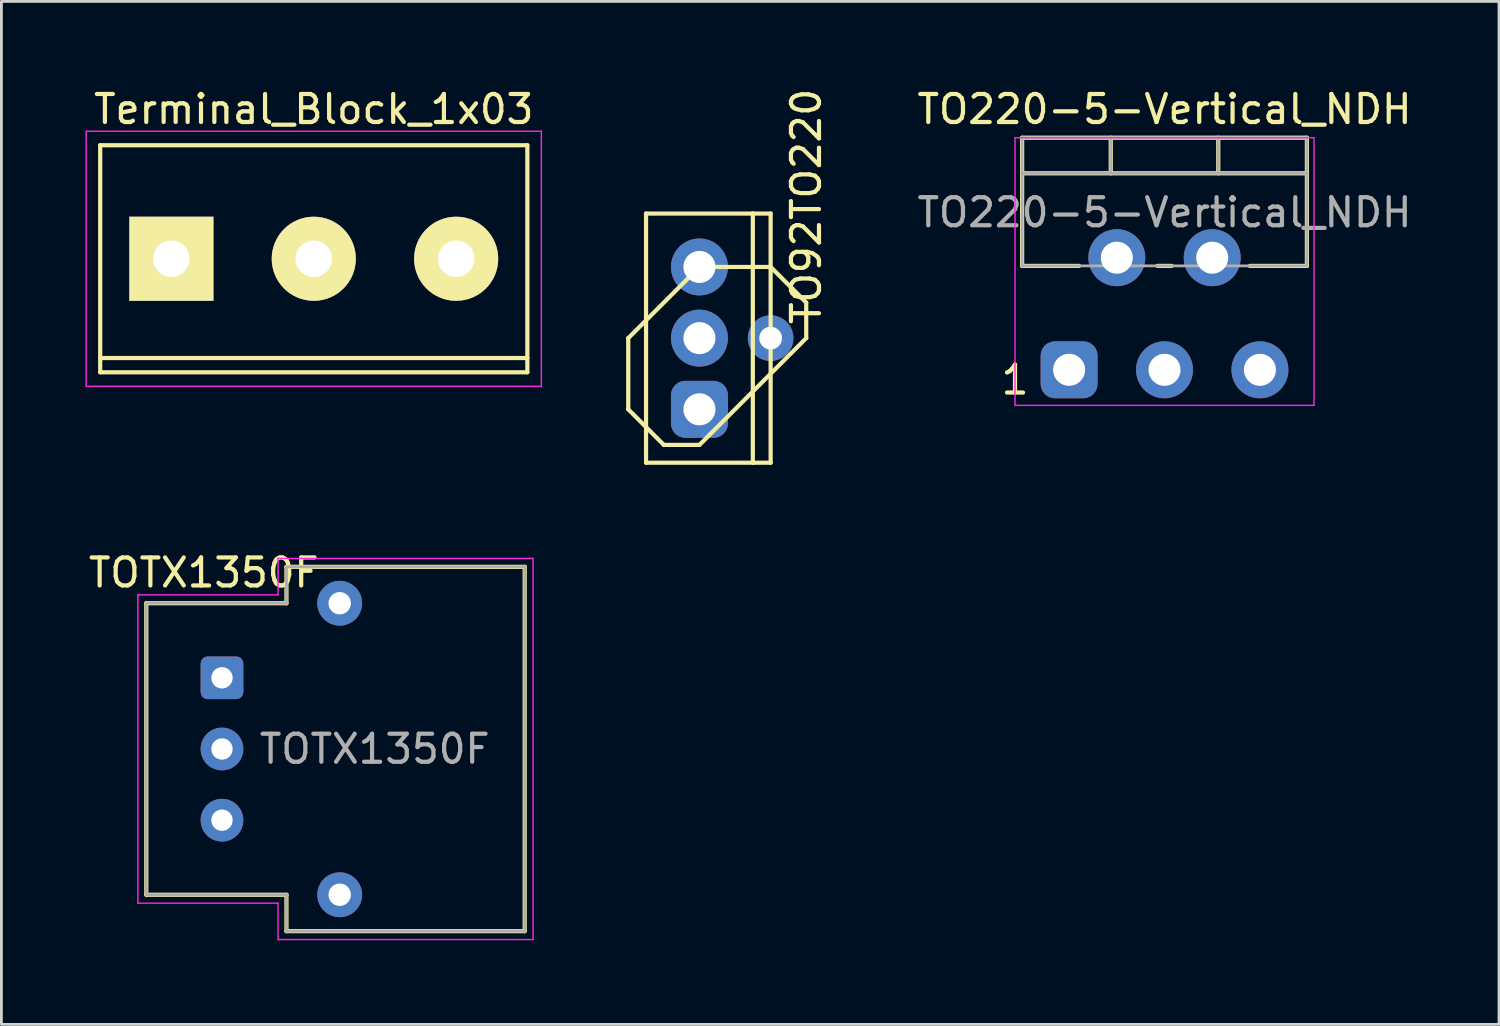
<source format=kicad_pcb>
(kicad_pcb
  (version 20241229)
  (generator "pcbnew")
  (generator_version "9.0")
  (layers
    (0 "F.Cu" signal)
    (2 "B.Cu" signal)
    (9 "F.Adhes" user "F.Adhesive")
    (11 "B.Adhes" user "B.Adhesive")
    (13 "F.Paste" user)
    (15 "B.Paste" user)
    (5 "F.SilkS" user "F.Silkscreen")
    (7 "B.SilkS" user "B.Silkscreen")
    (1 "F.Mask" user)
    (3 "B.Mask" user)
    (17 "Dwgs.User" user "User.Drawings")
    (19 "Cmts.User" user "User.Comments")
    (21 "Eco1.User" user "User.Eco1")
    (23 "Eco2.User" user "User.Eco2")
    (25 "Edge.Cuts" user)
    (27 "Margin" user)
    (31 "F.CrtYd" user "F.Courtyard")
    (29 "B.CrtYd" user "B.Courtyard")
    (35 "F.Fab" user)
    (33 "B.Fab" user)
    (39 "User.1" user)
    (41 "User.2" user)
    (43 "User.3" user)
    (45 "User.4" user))
  (footprint "TO92TO220"
    (layer "F.Cu")
    (at 21.905 9.014)
    (property "Reference" "TO92TO220" (at 3.81 -4.699 90) (layer "F.SilkS") (effects (font (size 1 1) (thickness 0.15))))
    (attr through_hole)
    (fp_line (start -2.54 0) (end -2.54 2.54) (stroke (width 0.15) (type solid)) (layer "F.SilkS"))
    (fp_line (start -2.54 2.54) (end -1.27 3.81) (stroke (width 0.15) (type solid)) (layer "F.SilkS"))
    (fp_line (start -1.905 -4.445) (end 1.905 -4.445) (stroke (width 0.15) (type solid)) (layer "F.SilkS"))
    (fp_line (start -1.905 4.445) (end -1.905 -4.445) (stroke (width 0.15) (type solid)) (layer "F.SilkS"))
    (fp_line (start -1.27 3.81) (end 0 3.81) (stroke (width 0.15) (type solid)) (layer "F.SilkS"))
    (fp_line (start 0 -2.54) (end -2.54 0) (stroke (width 0.15) (type solid)) (layer "F.SilkS"))
    (fp_line (start 0 3.81) (end 3.81 0) (stroke (width 0.15) (type solid)) (layer "F.SilkS"))
    (fp_line (start 1.905 -4.445) (end 1.905 4.445) (stroke (width 0.15) (type solid)) (layer "F.SilkS"))
    (fp_line (start 1.905 -4.445) (end 2.54 -4.445) (stroke (width 0.15) (type solid)) (layer "F.SilkS"))
    (fp_line (start 1.905 4.445) (end -1.905 4.445) (stroke (width 0.15) (type solid)) (layer "F.SilkS"))
    (fp_line (start 2.54 -4.445) (end 2.54 4.445) (stroke (width 0.15) (type solid)) (layer "F.SilkS"))
    (fp_line (start 2.54 -2.54) (end 0 -2.54) (stroke (width 0.15) (type solid)) (layer "F.SilkS"))
    (fp_line (start 2.54 4.445) (end 1.905 4.445) (stroke (width 0.15) (type solid)) (layer "F.SilkS"))
    (fp_line (start 3.81 -1.27) (end 2.54 -2.54) (stroke (width 0.15) (type solid)) (layer "F.SilkS"))
    (fp_line (start 3.81 0) (end 3.81 -1.27) (stroke (width 0.15) (type solid)) (layer "F.SilkS"))
    (pad "1" thru_hole roundrect (at 0 2.54) (size 2.032 2.032) (drill 1.143) (layers "*.Cu" "*.Mask") (roundrect_rratio 0.25))
    (pad "2" thru_hole circle (at 0 0) (size 2.032 2.032) (drill 1.143) (layers "*.Cu" "*.Mask"))
    (pad "3" thru_hole circle (at 0 -2.54) (size 2.032 2.032) (drill 1.143) (layers "*.Cu" "*.Mask"))
    (pad "3" thru_hole circle (at 2.54 0) (size 1.626 1.626) (drill 0.813) (layers "*.Cu" "*.Mask")))
  (footprint "Terminal_Block_1x03"
    (layer "F.Cu")
    (at 8.145 6.182)
    (property "Reference" "Terminal_Block_1x03" (at 0 -5.334 0) (layer "F.SilkS") (effects (font (size 1 1) (thickness 0.15))))
    (attr through_hole)
    (fp_line (start -7.62 -4.05) (end -7.62 4.05) (stroke (width 0.15) (type solid)) (layer "F.SilkS"))
    (fp_line (start -7.62 3.542) (end 7.62 3.542) (stroke (width 0.15) (type solid)) (layer "F.SilkS"))
    (fp_line (start -7.62 4.05) (end 7.62 4.05) (stroke (width 0.15) (type solid)) (layer "F.SilkS"))
    (fp_line (start 7.62 -4.05) (end -7.62 -4.05) (stroke (width 0.15) (type solid)) (layer "F.SilkS"))
    (fp_line (start 7.62 4.05) (end 7.62 -4.05) (stroke (width 0.15) (type solid)) (layer "F.SilkS"))
    (fp_line (start -8.12 -4.55) (end 8.12 -4.55) (stroke (width 0.05) (type solid)) (layer "F.CrtYd"))
    (fp_line (start -8.12 4.55) (end -8.12 -4.55) (stroke (width 0.05) (type solid)) (layer "F.CrtYd"))
    (fp_line (start -8.12 4.55) (end 8.12 4.55) (stroke (width 0.05) (type solid)) (layer "F.CrtYd"))
    (fp_line (start 8.12 4.55) (end 8.12 -4.55) (stroke (width 0.05) (type solid)) (layer "F.CrtYd"))
    (pad "1" thru_hole rect (at -5.08 0) (size 3 3) (drill 1.3) (layers "*.Cu" "*.Mask" "F.SilkS"))
    (pad "2" thru_hole circle (at 0 0) (size 3 3) (drill 1.3) (layers "*.Cu" "*.Mask" "F.SilkS"))
    (pad "3" thru_hole circle (at 5.08 0) (size 3 3) (drill 1.3) (layers "*.Cu" "*.Mask" "F.SilkS")))
  (footprint "TO220-5-Vertical_NDH"
    (layer "F.Cu")
    (at 38.498 1.864)
    (property "Reference" "TO220-5-Vertical_NDH" (at 0 -1.016 0) (layer "F.SilkS") (effects (font (size 1 1) (thickness 0.15))))
    (attr through_hole)
    (fp_line (start -5.08 0) (end 5.08 0) (stroke (width 0.15) (type solid)) (layer "F.SilkS"))
    (fp_line (start -5.08 4.572) (end -5.08 0) (stroke (width 0.15) (type solid)) (layer "F.SilkS"))
    (fp_line (start -5.08 4.572) (end -3.048 4.572) (stroke (width 0.15) (type solid)) (layer "F.SilkS"))
    (fp_line (start -1.918 0) (end -1.918 1.27) (stroke (width 0.15) (type solid)) (layer "F.SilkS"))
    (fp_line (start -0.254 4.572) (end 0.254 4.572) (stroke (width 0.15) (type solid)) (layer "F.SilkS"))
    (fp_line (start 1.918 0) (end 1.918 1.27) (stroke (width 0.15) (type solid)) (layer "F.SilkS"))
    (fp_line (start 3.048 4.572) (end 5.08 4.572) (stroke (width 0.15) (type solid)) (layer "F.SilkS"))
    (fp_line (start 5.08 0) (end 5.08 4.572) (stroke (width 0.15) (type solid)) (layer "F.SilkS"))
    (fp_line (start 5.08 1.27) (end -5.08 1.27) (stroke (width 0.15) (type solid)) (layer "F.SilkS"))
    (fp_line (start -5.334 0) (end -5.334 9.55) (stroke (width 0.05) (type solid)) (layer "F.CrtYd"))
    (fp_line (start -5.334 9.55) (end 5.334 9.55) (stroke (width 0.05) (type solid)) (layer "F.CrtYd"))
    (fp_line (start 5.334 0) (end -5.334 0) (stroke (width 0.05) (type solid)) (layer "F.CrtYd"))
    (fp_line (start 5.334 9.55) (end 5.334 0) (stroke (width 0.05) (type solid)) (layer "F.CrtYd"))
    (fp_line (start -5.08 0) (end 5.08 0) (stroke (width 0.1) (type solid)) (layer "F.Fab"))
    (fp_line (start -5.08 4.572) (end -5.08 0) (stroke (width 0.1) (type solid)) (layer "F.Fab"))
    (fp_line (start -5.08 4.572) (end 5.08 4.572) (stroke (width 0.1) (type solid)) (layer "F.Fab"))
    (fp_line (start -1.918 0) (end -1.918 1.27) (stroke (width 0.1) (type solid)) (layer "F.Fab"))
    (fp_line (start 1.918 0) (end 1.918 1.27) (stroke (width 0.1) (type solid)) (layer "F.Fab"))
    (fp_line (start 5.08 0) (end 5.08 4.572) (stroke (width 0.1) (type solid)) (layer "F.Fab"))
    (fp_line (start 5.08 1.27) (end -5.08 1.27) (stroke (width 0.1) (type solid)) (layer "F.Fab"))
    (fp_text user "1" (at -5.334 8.636 0) (layer "F.SilkS") (effects (font (size 1 1) (thickness 0.15))))
    (fp_text user "${REFERENCE}" (at 0 2.667 0) (layer "F.Fab") (effects (font (size 1 1) (thickness 0.15))))
    (pad "1" thru_hole roundrect (at -3.404 8.28) (size 2.032 2.032) (drill 1.143) (layers "*.Cu" "*.Mask") (roundrect_rratio 0.25))
    (pad "2" thru_hole circle (at -1.702 4.28) (size 2.032 2.032) (drill 1.143) (layers "*.Cu" "*.Mask"))
    (pad "3" thru_hole circle (at 0 8.28) (size 2.032 2.032) (drill 1.143) (layers "*.Cu" "*.Mask"))
    (pad "4" thru_hole circle (at 1.702 4.28) (size 2.032 2.032) (drill 1.143) (layers "*.Cu" "*.Mask"))
    (pad "5" thru_hole circle (at 3.404 8.28) (size 2.032 2.032) (drill 1.143) (layers "*.Cu" "*.Mask")))
  (footprint "TOTX1350F"
    (layer "F.Cu")
    (at 4.87 21.133)
    (property "Reference" "TOTX1350F" (at -0.65 -3.75 0) (layer "F.SilkS") (effects (font (size 1 1) (thickness 0.15))))
    (attr through_hole)
    (fp_line (start -2.7 -2.66) (end 2.3 -2.66) (stroke (width 0.15) (type solid)) (layer "F.SilkS"))
    (fp_line (start -2.7 7.74) (end -2.7 -2.66) (stroke (width 0.15) (type solid)) (layer "F.SilkS"))
    (fp_line (start 2.3 -3.96) (end 10.8 -3.96) (stroke (width 0.15) (type solid)) (layer "F.SilkS"))
    (fp_line (start 2.3 -2.66) (end 2.3 -3.96) (stroke (width 0.15) (type solid)) (layer "F.SilkS"))
    (fp_line (start 2.3 7.74) (end -2.7 7.74) (stroke (width 0.15) (type solid)) (layer "F.SilkS"))
    (fp_line (start 2.3 9.04) (end 2.3 7.74) (stroke (width 0.15) (type solid)) (layer "F.SilkS"))
    (fp_line (start 10.8 -3.96) (end 10.8 9.04) (stroke (width 0.15) (type solid)) (layer "F.SilkS"))
    (fp_line (start 10.8 9.04) (end 2.3 9.04) (stroke (width 0.15) (type solid)) (layer "F.SilkS"))
    (fp_line (start -3 -2.96) (end -3 8.04) (stroke (width 0.05) (type solid)) (layer "F.CrtYd"))
    (fp_line (start -3 8.04) (end 2 8.04) (stroke (width 0.05) (type solid)) (layer "F.CrtYd"))
    (fp_line (start 2 -4.26) (end 2 -2.96) (stroke (width 0.05) (type solid)) (layer "F.CrtYd"))
    (fp_line (start 2 -2.96) (end -3 -2.96) (stroke (width 0.05) (type solid)) (layer "F.CrtYd"))
    (fp_line (start 2 8.04) (end 2 9.34) (stroke (width 0.05) (type solid)) (layer "F.CrtYd"))
    (fp_line (start 2 9.34) (end 11.1 9.34) (stroke (width 0.05) (type solid)) (layer "F.CrtYd"))
    (fp_line (start 11.1 -4.26) (end 2 -4.26) (stroke (width 0.05) (type solid)) (layer "F.CrtYd"))
    (fp_line (start 11.1 9.34) (end 11.1 -4.26) (stroke (width 0.05) (type solid)) (layer "F.CrtYd"))
    (fp_line (start -2.7 -2.66) (end 2.3 -2.66) (stroke (width 0.1) (type solid)) (layer "F.Fab"))
    (fp_line (start -2.7 7.74) (end -2.7 -2.66) (stroke (width 0.1) (type solid)) (layer "F.Fab"))
    (fp_line (start 2.3 -3.96) (end 10.8 -3.96) (stroke (width 0.1) (type solid)) (layer "F.Fab"))
    (fp_line (start 2.3 -2.66) (end 2.3 -3.96) (stroke (width 0.1) (type solid)) (layer "F.Fab"))
    (fp_line (start 2.3 7.74) (end -2.7 7.74) (stroke (width 0.1) (type solid)) (layer "F.Fab"))
    (fp_line (start 2.3 9.04) (end 2.3 7.74) (stroke (width 0.1) (type solid)) (layer "F.Fab"))
    (fp_line (start 10.8 -3.96) (end 10.8 9.04) (stroke (width 0.1) (type solid)) (layer "F.Fab"))
    (fp_line (start 10.8 9.04) (end 2.3 9.04) (stroke (width 0.1) (type solid)) (layer "F.Fab"))
    (fp_text user "${REFERENCE}" (at 5.45 2.54 0) (layer "F.Fab") (effects (font (size 1 1) (thickness 0.15))))
    (pad "1" thru_hole roundrect (at 0 0) (size 1.524 1.524) (drill 0.762) (layers "*.Cu" "*.Mask") (roundrect_rratio 0.164))
    (pad "2" thru_hole circle (at 0 2.54) (size 1.524 1.524) (drill 0.762) (layers "*.Cu" "*.Mask"))
    (pad "3" thru_hole circle (at 0 5.08) (size 1.524 1.524) (drill 0.762) (layers "*.Cu" "*.Mask"))
    (pad "4" thru_hole circle (at 4.2 7.74) (size 1.6 1.6) (drill 0.8) (layers "*.Cu" "*.Mask"))
    (pad "5" thru_hole circle (at 4.2 -2.66) (size 1.6 1.6) (drill 0.8) (layers "*.Cu" "*.Mask")))
  (gr_rect
    (start -3 -3)
    (end 50.432 33.498)
    (stroke (width 0.1) (type default))
    (fill no)
    (layer "Edge.Cuts")))
</source>
